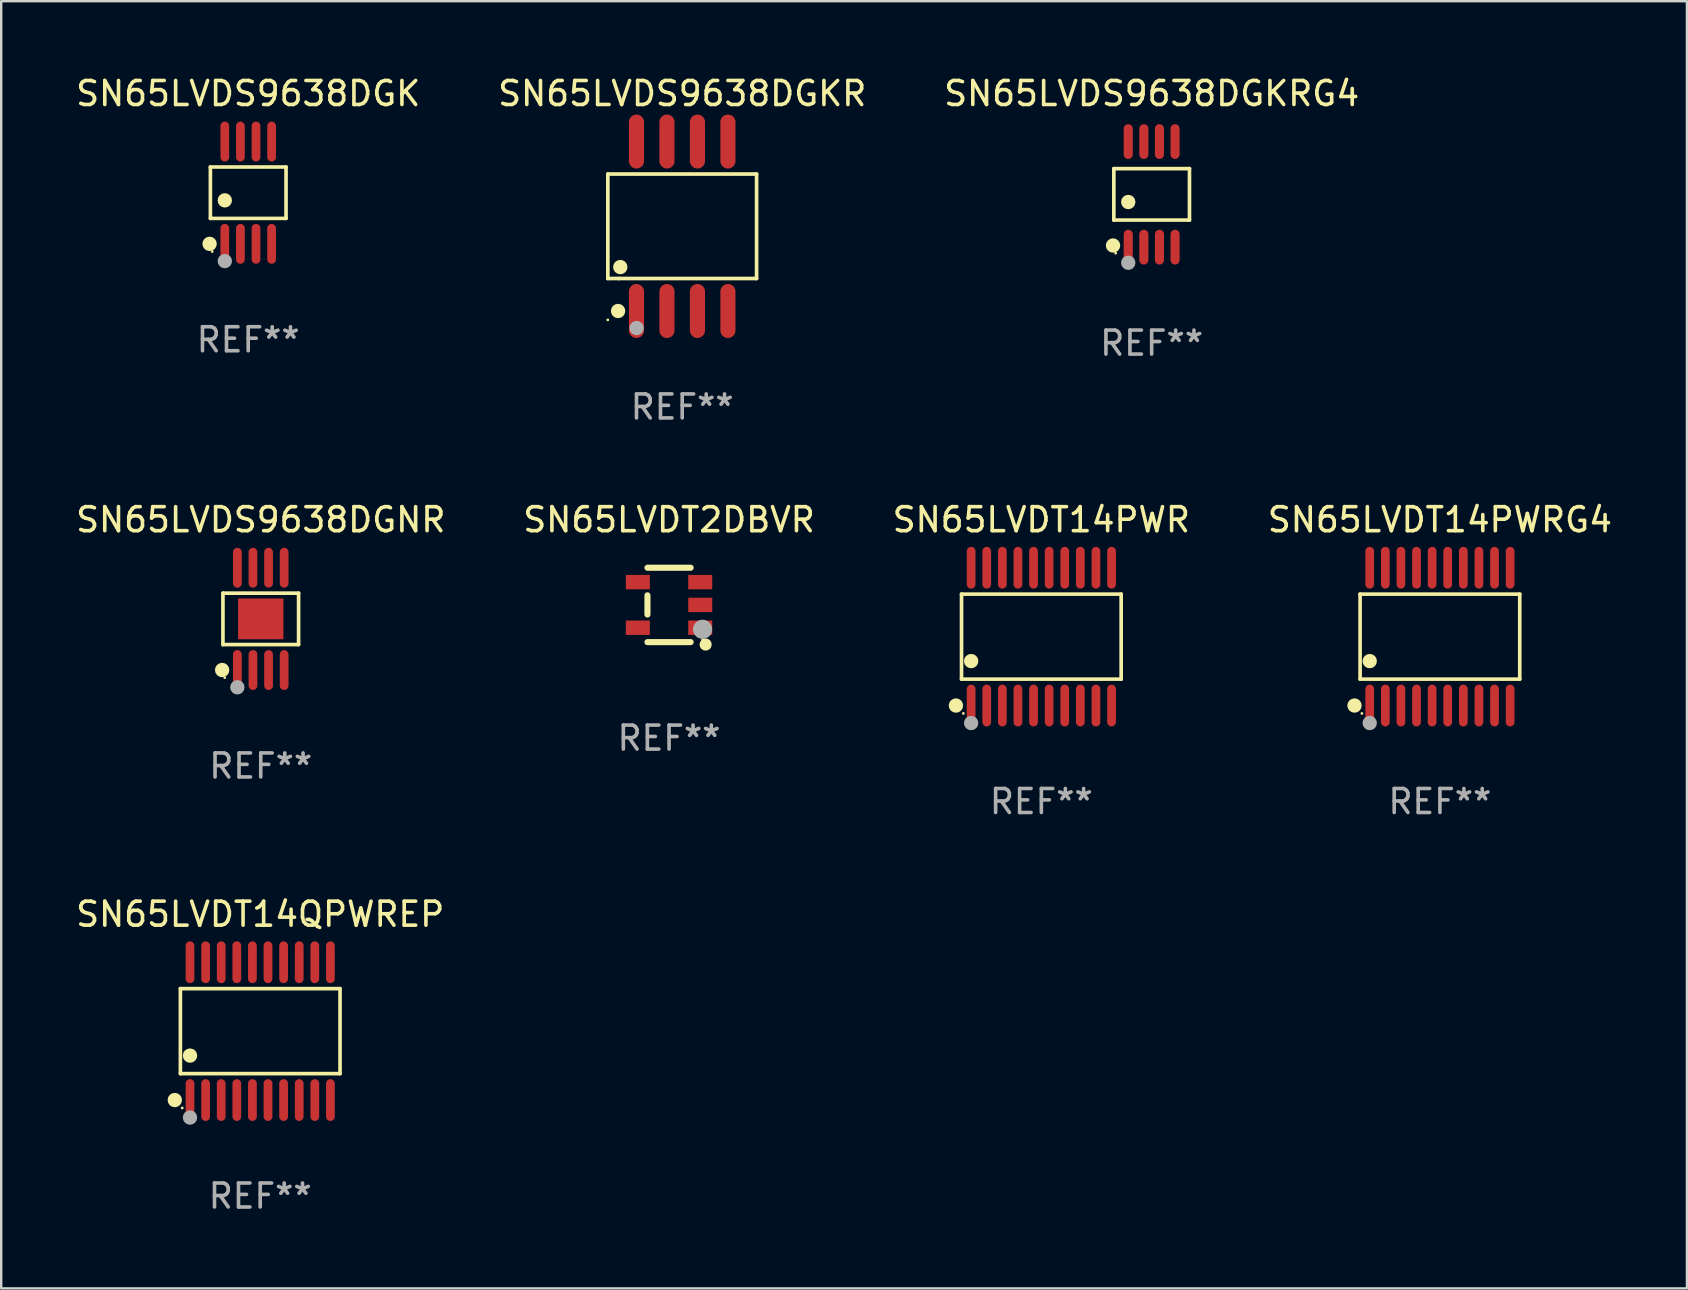
<source format=kicad_pcb>
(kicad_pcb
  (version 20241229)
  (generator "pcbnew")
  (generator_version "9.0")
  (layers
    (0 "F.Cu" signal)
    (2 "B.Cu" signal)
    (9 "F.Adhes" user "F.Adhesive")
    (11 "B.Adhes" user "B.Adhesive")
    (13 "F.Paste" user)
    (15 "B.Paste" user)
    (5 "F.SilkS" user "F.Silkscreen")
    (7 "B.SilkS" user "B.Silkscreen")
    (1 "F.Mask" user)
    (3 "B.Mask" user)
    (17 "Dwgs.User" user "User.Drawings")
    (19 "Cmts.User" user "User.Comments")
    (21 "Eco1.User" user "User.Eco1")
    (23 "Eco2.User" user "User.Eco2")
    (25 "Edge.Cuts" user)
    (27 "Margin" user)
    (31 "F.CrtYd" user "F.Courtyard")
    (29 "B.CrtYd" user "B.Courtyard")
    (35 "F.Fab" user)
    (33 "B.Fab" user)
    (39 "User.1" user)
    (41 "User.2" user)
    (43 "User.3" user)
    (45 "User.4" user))
  (footprint "SN65LVDT14PWRG4"
    (layer "F.Cu")
    (at 56.946 23.476)
    (property "Reference" "SN65LVDT14PWRG4" (at 0 -4.871 0) (layer "F.SilkS") (effects (font (size 1 1) (thickness 0.15))))
    (attr through_hole)
    (fp_line (start -3.326 -1.771) (end 3.326 -1.771) (stroke (width 0.152) (type solid)) (layer "F.SilkS"))
    (fp_line (start -3.326 1.771) (end -3.326 -1.771) (stroke (width 0.152) (type solid)) (layer "F.SilkS"))
    (fp_line (start 3.326 -1.771) (end 3.326 1.771) (stroke (width 0.152) (type solid)) (layer "F.SilkS"))
    (fp_line (start 3.326 1.771) (end -3.326 1.771) (stroke (width 0.152) (type solid)) (layer "F.SilkS"))
    (fp_circle (center -3.559 2.871) (end -3.409 2.871) (stroke (width 0.3) (type solid)) (fill no) (layer "F.SilkS"))
    (fp_circle (center -3.25 3.2) (end -3.22 3.2) (stroke (width 0.06) (type solid)) (fill no) (layer "F.SilkS"))
    (fp_circle (center -2.925 1.019) (end -2.775 1.019) (stroke (width 0.3) (type solid)) (fill no) (layer "F.SilkS"))
    (fp_circle (center -2.925 3.6) (end -2.775 3.6) (stroke (width 0.3) (type solid)) (fill no) (layer "F.Fab"))
    (fp_text user "REF**" (at 0 6.871 0) (layer "F.Fab") (effects (font (size 1 1) (thickness 0.15))))
    (pad "1" smd oval (at -2.925 2.871) (size 0.364 1.742) (layers "F.Cu" "F.Mask" "F.Paste"))
    (pad "2" smd oval (at -2.275 2.871) (size 0.364 1.742) (layers "F.Cu" "F.Mask" "F.Paste"))
    (pad "3" smd oval (at -1.625 2.871) (size 0.364 1.742) (layers "F.Cu" "F.Mask" "F.Paste"))
    (pad "4" smd oval (at -0.975 2.871) (size 0.364 1.742) (layers "F.Cu" "F.Mask" "F.Paste"))
    (pad "5" smd oval (at -0.325 2.871) (size 0.364 1.742) (layers "F.Cu" "F.Mask" "F.Paste"))
    (pad "6" smd oval (at 0.325 2.871) (size 0.364 1.742) (layers "F.Cu" "F.Mask" "F.Paste"))
    (pad "7" smd oval (at 0.975 2.871) (size 0.364 1.742) (layers "F.Cu" "F.Mask" "F.Paste"))
    (pad "8" smd oval (at 1.625 2.871) (size 0.364 1.742) (layers "F.Cu" "F.Mask" "F.Paste"))
    (pad "9" smd oval (at 2.275 2.871) (size 0.364 1.742) (layers "F.Cu" "F.Mask" "F.Paste"))
    (pad "10" smd oval (at 2.925 2.871) (size 0.364 1.742) (layers "F.Cu" "F.Mask" "F.Paste"))
    (pad "11" smd oval (at 2.925 -2.871) (size 0.364 1.742) (layers "F.Cu" "F.Mask" "F.Paste"))
    (pad "12" smd oval (at 2.275 -2.871) (size 0.364 1.742) (layers "F.Cu" "F.Mask" "F.Paste"))
    (pad "13" smd oval (at 1.625 -2.871) (size 0.364 1.742) (layers "F.Cu" "F.Mask" "F.Paste"))
    (pad "14" smd oval (at 0.975 -2.871) (size 0.364 1.742) (layers "F.Cu" "F.Mask" "F.Paste"))
    (pad "15" smd oval (at 0.325 -2.871) (size 0.364 1.742) (layers "F.Cu" "F.Mask" "F.Paste"))
    (pad "16" smd oval (at -0.325 -2.871) (size 0.364 1.742) (layers "F.Cu" "F.Mask" "F.Paste"))
    (pad "17" smd oval (at -0.975 -2.871) (size 0.364 1.742) (layers "F.Cu" "F.Mask" "F.Paste"))
    (pad "18" smd oval (at -1.625 -2.871) (size 0.364 1.742) (layers "F.Cu" "F.Mask" "F.Paste"))
    (pad "19" smd oval (at -2.275 -2.871) (size 0.364 1.742) (layers "F.Cu" "F.Mask" "F.Paste"))
    (pad "20" smd oval (at -2.925 -2.871) (size 0.364 1.742) (layers "F.Cu" "F.Mask" "F.Paste")))
  (footprint "SN65LVDS9638DGKR"
    (layer "F.Cu")
    (at 25.375 6.378)
    (property "Reference" "SN65LVDS9638DGKR" (at 0 -5.53 0) (layer "F.SilkS") (effects (font (size 1 1) (thickness 0.15))))
    (attr through_hole)
    (fp_line (start -3.099 -2.177) (end 3.099 -2.177) (stroke (width 0.152) (type solid)) (layer "F.SilkS"))
    (fp_line (start -3.099 2.177) (end -3.099 -2.177) (stroke (width 0.152) (type solid)) (layer "F.SilkS"))
    (fp_line (start -2.639 2.177) (end -3.099 2.177) (stroke (width 0.152) (type solid)) (layer "F.SilkS"))
    (fp_line (start 3.099 -2.177) (end 3.099 2.177) (stroke (width 0.152) (type solid)) (layer "F.SilkS"))
    (fp_line (start 3.099 2.177) (end -2.639 2.177) (stroke (width 0.152) (type solid)) (layer "F.SilkS"))
    (fp_circle (center -3.1 3.9) (end -3.07 3.9) (stroke (width 0.06) (type solid)) (fill no) (layer "F.SilkS"))
    (fp_circle (center -2.672 3.53) (end -2.522 3.53) (stroke (width 0.3) (type solid)) (fill no) (layer "F.SilkS"))
    (fp_circle (center -2.58 1.7) (end -2.43 1.7) (stroke (width 0.3) (type solid)) (fill no) (layer "F.SilkS"))
    (fp_circle (center -1.9 4.24) (end -1.75 4.24) (stroke (width 0.3) (type solid)) (fill no) (layer "F.Fab"))
    (fp_text user "REF**" (at 0 7.53 0) (layer "F.Fab") (effects (font (size 1 1) (thickness 0.15))))
    (pad "1" smd oval (at -1.905 3.53) (size 0.63 2.25) (layers "F.Cu" "F.Mask" "F.Paste"))
    (pad "2" smd oval (at -0.635 3.53) (size 0.63 2.25) (layers "F.Cu" "F.Mask" "F.Paste"))
    (pad "3" smd oval (at 0.635 3.53) (size 0.63 2.25) (layers "F.Cu" "F.Mask" "F.Paste"))
    (pad "4" smd oval (at 1.905 3.53) (size 0.63 2.25) (layers "F.Cu" "F.Mask" "F.Paste"))
    (pad "5" smd oval (at 1.905 -3.53) (size 0.63 2.25) (layers "F.Cu" "F.Mask" "F.Paste"))
    (pad "6" smd oval (at 0.635 -3.53) (size 0.63 2.25) (layers "F.Cu" "F.Mask" "F.Paste"))
    (pad "7" smd oval (at -0.635 -3.53) (size 0.63 2.25) (layers "F.Cu" "F.Mask" "F.Paste"))
    (pad "8" smd oval (at -1.905 -3.53) (size 0.63 2.25) (layers "F.Cu" "F.Mask" "F.Paste")))
  (footprint "SN65LVDT14QPWREP"
    (layer "F.Cu")
    (at 7.792 39.914)
    (property "Reference" "SN65LVDT14QPWREP" (at 0 -4.871 0) (layer "F.SilkS") (effects (font (size 1 1) (thickness 0.15))))
    (attr through_hole)
    (fp_line (start -3.326 -1.771) (end 3.326 -1.771) (stroke (width 0.152) (type solid)) (layer "F.SilkS"))
    (fp_line (start -3.326 1.771) (end -3.326 -1.771) (stroke (width 0.152) (type solid)) (layer "F.SilkS"))
    (fp_line (start 3.326 -1.771) (end 3.326 1.771) (stroke (width 0.152) (type solid)) (layer "F.SilkS"))
    (fp_line (start 3.326 1.771) (end -3.326 1.771) (stroke (width 0.152) (type solid)) (layer "F.SilkS"))
    (fp_circle (center -3.559 2.871) (end -3.409 2.871) (stroke (width 0.3) (type solid)) (fill no) (layer "F.SilkS"))
    (fp_circle (center -3.25 3.2) (end -3.22 3.2) (stroke (width 0.06) (type solid)) (fill no) (layer "F.SilkS"))
    (fp_circle (center -2.925 1.019) (end -2.775 1.019) (stroke (width 0.3) (type solid)) (fill no) (layer "F.SilkS"))
    (fp_circle (center -2.925 3.6) (end -2.775 3.6) (stroke (width 0.3) (type solid)) (fill no) (layer "F.Fab"))
    (fp_text user "REF**" (at 0 6.871 0) (layer "F.Fab") (effects (font (size 1 1) (thickness 0.15))))
    (pad "1" smd oval (at -2.925 2.871) (size 0.364 1.742) (layers "F.Cu" "F.Mask" "F.Paste"))
    (pad "2" smd oval (at -2.275 2.871) (size 0.364 1.742) (layers "F.Cu" "F.Mask" "F.Paste"))
    (pad "3" smd oval (at -1.625 2.871) (size 0.364 1.742) (layers "F.Cu" "F.Mask" "F.Paste"))
    (pad "4" smd oval (at -0.975 2.871) (size 0.364 1.742) (layers "F.Cu" "F.Mask" "F.Paste"))
    (pad "5" smd oval (at -0.325 2.871) (size 0.364 1.742) (layers "F.Cu" "F.Mask" "F.Paste"))
    (pad "6" smd oval (at 0.325 2.871) (size 0.364 1.742) (layers "F.Cu" "F.Mask" "F.Paste"))
    (pad "7" smd oval (at 0.975 2.871) (size 0.364 1.742) (layers "F.Cu" "F.Mask" "F.Paste"))
    (pad "8" smd oval (at 1.625 2.871) (size 0.364 1.742) (layers "F.Cu" "F.Mask" "F.Paste"))
    (pad "9" smd oval (at 2.275 2.871) (size 0.364 1.742) (layers "F.Cu" "F.Mask" "F.Paste"))
    (pad "10" smd oval (at 2.925 2.871) (size 0.364 1.742) (layers "F.Cu" "F.Mask" "F.Paste"))
    (pad "11" smd oval (at 2.925 -2.871) (size 0.364 1.742) (layers "F.Cu" "F.Mask" "F.Paste"))
    (pad "12" smd oval (at 2.275 -2.871) (size 0.364 1.742) (layers "F.Cu" "F.Mask" "F.Paste"))
    (pad "13" smd oval (at 1.625 -2.871) (size 0.364 1.742) (layers "F.Cu" "F.Mask" "F.Paste"))
    (pad "14" smd oval (at 0.975 -2.871) (size 0.364 1.742) (layers "F.Cu" "F.Mask" "F.Paste"))
    (pad "15" smd oval (at 0.325 -2.871) (size 0.364 1.742) (layers "F.Cu" "F.Mask" "F.Paste"))
    (pad "16" smd oval (at -0.325 -2.871) (size 0.364 1.742) (layers "F.Cu" "F.Mask" "F.Paste"))
    (pad "17" smd oval (at -0.975 -2.871) (size 0.364 1.742) (layers "F.Cu" "F.Mask" "F.Paste"))
    (pad "18" smd oval (at -1.625 -2.871) (size 0.364 1.742) (layers "F.Cu" "F.Mask" "F.Paste"))
    (pad "19" smd oval (at -2.275 -2.871) (size 0.364 1.742) (layers "F.Cu" "F.Mask" "F.Paste"))
    (pad "20" smd oval (at -2.925 -2.871) (size 0.364 1.742) (layers "F.Cu" "F.Mask" "F.Paste")))
  (footprint "SN65LVDS9638DGKRG4"
    (layer "F.Cu")
    (at 44.935 5.048)
    (property "Reference" "SN65LVDS9638DGKRG4" (at 0 -4.2 0) (layer "F.SilkS") (effects (font (size 1 1) (thickness 0.15))))
    (attr through_hole)
    (fp_line (start -1.576 -1.071) (end 1.576 -1.071) (stroke (width 0.152) (type solid)) (layer "F.SilkS"))
    (fp_line (start -1.576 1.071) (end -1.576 -1.071) (stroke (width 0.152) (type solid)) (layer "F.SilkS"))
    (fp_line (start 1.576 -1.071) (end 1.576 1.071) (stroke (width 0.152) (type solid)) (layer "F.SilkS"))
    (fp_line (start 1.576 1.071) (end -1.576 1.071) (stroke (width 0.152) (type solid)) (layer "F.SilkS"))
    (fp_circle (center -1.609 2.131) (end -1.459 2.131) (stroke (width 0.3) (type solid)) (fill no) (layer "F.SilkS"))
    (fp_circle (center -1.5 2.45) (end -1.47 2.45) (stroke (width 0.06) (type solid)) (fill no) (layer "F.SilkS"))
    (fp_circle (center -0.975 0.319) (end -0.825 0.319) (stroke (width 0.3) (type solid)) (fill no) (layer "F.SilkS"))
    (fp_circle (center -0.975 2.85) (end -0.825 2.85) (stroke (width 0.3) (type solid)) (fill no) (layer "F.Fab"))
    (fp_text user "REF**" (at 0 6.2 0) (layer "F.Fab") (effects (font (size 1 1) (thickness 0.15))))
    (pad "1" smd oval (at -0.975 2.2) (size 0.38 1.45) (layers "F.Cu" "F.Mask" "F.Paste"))
    (pad "2" smd oval (at -0.325 2.2) (size 0.38 1.45) (layers "F.Cu" "F.Mask" "F.Paste"))
    (pad "3" smd oval (at 0.325 2.2) (size 0.38 1.45) (layers "F.Cu" "F.Mask" "F.Paste"))
    (pad "4" smd oval (at 0.975 2.2) (size 0.38 1.45) (layers "F.Cu" "F.Mask" "F.Paste"))
    (pad "5" smd oval (at 0.975 -2.2) (size 0.38 1.45) (layers "F.Cu" "F.Mask" "F.Paste"))
    (pad "6" smd oval (at 0.325 -2.2) (size 0.38 1.45) (layers "F.Cu" "F.Mask" "F.Paste"))
    (pad "7" smd oval (at -0.325 -2.2) (size 0.38 1.45) (layers "F.Cu" "F.Mask" "F.Paste"))
    (pad "8" smd oval (at -0.975 -2.2) (size 0.38 1.45) (layers "F.Cu" "F.Mask" "F.Paste")))
  (footprint "SN65LVDT2DBVR"
    (layer "F.Cu")
    (at 24.827 22.155)
    (property "Reference" "SN65LVDT2DBVR" (at 0 -3.55 0) (layer "F.SilkS") (effects (font (size 1 1) (thickness 0.15))))
    (attr through_hole)
    (fp_line (start -0.9 -1.55) (end 0.9 -1.55) (stroke (width 0.254) (type solid)) (layer "F.SilkS"))
    (fp_line (start -0.9 0.4) (end -0.9 -0.4) (stroke (width 0.254) (type solid)) (layer "F.SilkS"))
    (fp_line (start -0.9 1.55) (end 0.9 1.55) (stroke (width 0.254) (type solid)) (layer "F.SilkS"))
    (fp_circle (center 1.4 1.45) (end 1.43 1.45) (stroke (width 0.06) (type solid)) (fill no) (layer "F.SilkS"))
    (fp_circle (center 1.524 1.651) (end 1.651 1.651) (stroke (width 0.254) (type solid)) (fill no) (layer "F.SilkS"))
    (fp_circle (center 1.397 1.016) (end 1.597 1.016) (stroke (width 0.4) (type solid)) (fill no) (layer "F.Fab"))
    (fp_text user "REF**" (at 0 5.55 0) (layer "F.Fab") (effects (font (size 1 1) (thickness 0.15))))
    (pad "1" smd rect (at 1.3 0.95) (size 1 0.6) (layers "F.Cu" "F.Mask" "F.Paste"))
    (pad "2" smd rect (at 1.3 -0.000051) (size 1 0.6) (layers "F.Cu" "F.Mask" "F.Paste"))
    (pad "3" smd rect (at 1.3 -0.95) (size 1 0.6) (layers "F.Cu" "F.Mask" "F.Paste"))
    (pad "4" smd rect (at -1.3 -0.95) (size 1 0.6) (layers "F.Cu" "F.Mask" "F.Paste"))
    (pad "5" smd rect (at -1.3 0.95) (size 1 0.6) (layers "F.Cu" "F.Mask" "F.Paste")))
  (footprint "SN65LVDT14PWR"
    (layer "F.Cu")
    (at 40.339 23.476)
    (property "Reference" "SN65LVDT14PWR" (at 0 -4.871 0) (layer "F.SilkS") (effects (font (size 1 1) (thickness 0.15))))
    (attr through_hole)
    (fp_line (start -3.326 -1.771) (end 3.326 -1.771) (stroke (width 0.152) (type solid)) (layer "F.SilkS"))
    (fp_line (start -3.326 1.771) (end -3.326 -1.771) (stroke (width 0.152) (type solid)) (layer "F.SilkS"))
    (fp_line (start 3.326 -1.771) (end 3.326 1.771) (stroke (width 0.152) (type solid)) (layer "F.SilkS"))
    (fp_line (start 3.326 1.771) (end -3.326 1.771) (stroke (width 0.152) (type solid)) (layer "F.SilkS"))
    (fp_circle (center -3.559 2.871) (end -3.409 2.871) (stroke (width 0.3) (type solid)) (fill no) (layer "F.SilkS"))
    (fp_circle (center -3.25 3.2) (end -3.22 3.2) (stroke (width 0.06) (type solid)) (fill no) (layer "F.SilkS"))
    (fp_circle (center -2.925 1.019) (end -2.775 1.019) (stroke (width 0.3) (type solid)) (fill no) (layer "F.SilkS"))
    (fp_circle (center -2.925 3.6) (end -2.775 3.6) (stroke (width 0.3) (type solid)) (fill no) (layer "F.Fab"))
    (fp_text user "REF**" (at 0 6.871 0) (layer "F.Fab") (effects (font (size 1 1) (thickness 0.15))))
    (pad "1" smd oval (at -2.925 2.871) (size 0.364 1.742) (layers "F.Cu" "F.Mask" "F.Paste"))
    (pad "2" smd oval (at -2.275 2.871) (size 0.364 1.742) (layers "F.Cu" "F.Mask" "F.Paste"))
    (pad "3" smd oval (at -1.625 2.871) (size 0.364 1.742) (layers "F.Cu" "F.Mask" "F.Paste"))
    (pad "4" smd oval (at -0.975 2.871) (size 0.364 1.742) (layers "F.Cu" "F.Mask" "F.Paste"))
    (pad "5" smd oval (at -0.325 2.871) (size 0.364 1.742) (layers "F.Cu" "F.Mask" "F.Paste"))
    (pad "6" smd oval (at 0.325 2.871) (size 0.364 1.742) (layers "F.Cu" "F.Mask" "F.Paste"))
    (pad "7" smd oval (at 0.975 2.871) (size 0.364 1.742) (layers "F.Cu" "F.Mask" "F.Paste"))
    (pad "8" smd oval (at 1.625 2.871) (size 0.364 1.742) (layers "F.Cu" "F.Mask" "F.Paste"))
    (pad "9" smd oval (at 2.275 2.871) (size 0.364 1.742) (layers "F.Cu" "F.Mask" "F.Paste"))
    (pad "10" smd oval (at 2.925 2.871) (size 0.364 1.742) (layers "F.Cu" "F.Mask" "F.Paste"))
    (pad "11" smd oval (at 2.925 -2.871) (size 0.364 1.742) (layers "F.Cu" "F.Mask" "F.Paste"))
    (pad "12" smd oval (at 2.275 -2.871) (size 0.364 1.742) (layers "F.Cu" "F.Mask" "F.Paste"))
    (pad "13" smd oval (at 1.625 -2.871) (size 0.364 1.742) (layers "F.Cu" "F.Mask" "F.Paste"))
    (pad "14" smd oval (at 0.975 -2.871) (size 0.364 1.742) (layers "F.Cu" "F.Mask" "F.Paste"))
    (pad "15" smd oval (at 0.325 -2.871) (size 0.364 1.742) (layers "F.Cu" "F.Mask" "F.Paste"))
    (pad "16" smd oval (at -0.325 -2.871) (size 0.364 1.742) (layers "F.Cu" "F.Mask" "F.Paste"))
    (pad "17" smd oval (at -0.975 -2.871) (size 0.364 1.742) (layers "F.Cu" "F.Mask" "F.Paste"))
    (pad "18" smd oval (at -1.625 -2.871) (size 0.364 1.742) (layers "F.Cu" "F.Mask" "F.Paste"))
    (pad "19" smd oval (at -2.275 -2.871) (size 0.364 1.742) (layers "F.Cu" "F.Mask" "F.Paste"))
    (pad "20" smd oval (at -2.925 -2.871) (size 0.364 1.742) (layers "F.Cu" "F.Mask" "F.Paste")))
  (footprint "SN65LVDS9638DGK"
    (layer "F.Cu")
    (at 7.292 4.979)
    (property "Reference" "SN65LVDS9638DGK" (at 0 -4.131 0) (layer "F.SilkS") (effects (font (size 1 1) (thickness 0.15))))
    (attr through_hole)
    (fp_line (start -1.576 -1.071) (end 1.576 -1.071) (stroke (width 0.152) (type solid)) (layer "F.SilkS"))
    (fp_line (start -1.576 1.071) (end -1.576 -1.071) (stroke (width 0.152) (type solid)) (layer "F.SilkS"))
    (fp_line (start 1.576 -1.071) (end 1.576 1.071) (stroke (width 0.152) (type solid)) (layer "F.SilkS"))
    (fp_line (start 1.576 1.071) (end -1.576 1.071) (stroke (width 0.152) (type solid)) (layer "F.SilkS"))
    (fp_circle (center -1.609 2.131) (end -1.459 2.131) (stroke (width 0.3) (type solid)) (fill no) (layer "F.SilkS"))
    (fp_circle (center -1.5 2.45) (end -1.47 2.45) (stroke (width 0.06) (type solid)) (fill no) (layer "F.SilkS"))
    (fp_circle (center -0.975 0.319) (end -0.825 0.319) (stroke (width 0.3) (type solid)) (fill no) (layer "F.SilkS"))
    (fp_circle (center -0.975 2.85) (end -0.825 2.85) (stroke (width 0.3) (type solid)) (fill no) (layer "F.Fab"))
    (fp_text user "REF**" (at 0 6.131 0) (layer "F.Fab") (effects (font (size 1 1) (thickness 0.15))))
    (pad "1" smd oval (at -0.975 2.131) (size 0.364 1.662) (layers "F.Cu" "F.Mask" "F.Paste"))
    (pad "2" smd oval (at -0.325 2.131) (size 0.364 1.662) (layers "F.Cu" "F.Mask" "F.Paste"))
    (pad "3" smd oval (at 0.325 2.131) (size 0.364 1.662) (layers "F.Cu" "F.Mask" "F.Paste"))
    (pad "4" smd oval (at 0.975 2.131) (size 0.364 1.662) (layers "F.Cu" "F.Mask" "F.Paste"))
    (pad "5" smd oval (at 0.975 -2.131) (size 0.364 1.662) (layers "F.Cu" "F.Mask" "F.Paste"))
    (pad "6" smd oval (at 0.325 -2.131) (size 0.364 1.662) (layers "F.Cu" "F.Mask" "F.Paste"))
    (pad "7" smd oval (at -0.325 -2.131) (size 0.364 1.662) (layers "F.Cu" "F.Mask" "F.Paste"))
    (pad "8" smd oval (at -0.975 -2.131) (size 0.364 1.662) (layers "F.Cu" "F.Mask" "F.Paste")))
  (footprint "SN65LVDS9638DGNR"
    (layer "F.Cu")
    (at 7.815 22.736)
    (property "Reference" "SN65LVDS9638DGNR" (at 0 -4.131 0) (layer "F.SilkS") (effects (font (size 1 1) (thickness 0.15))))
    (attr through_hole)
    (fp_line (start -1.576 -1.071) (end 1.576 -1.071) (stroke (width 0.152) (type solid)) (layer "F.SilkS"))
    (fp_line (start -1.576 1.071) (end -1.576 -1.071) (stroke (width 0.152) (type solid)) (layer "F.SilkS"))
    (fp_line (start 1.576 -1.071) (end 1.576 1.071) (stroke (width 0.152) (type solid)) (layer "F.SilkS"))
    (fp_line (start 1.576 1.071) (end -1.576 1.071) (stroke (width 0.152) (type solid)) (layer "F.SilkS"))
    (fp_circle (center -1.609 2.131) (end -1.459 2.131) (stroke (width 0.3) (type solid)) (fill no) (layer "F.SilkS"))
    (fp_circle (center -1.5 2.45) (end -1.47 2.45) (stroke (width 0.06) (type solid)) (fill no) (layer "F.SilkS"))
    (fp_circle (center -0.975 2.85) (end -0.825 2.85) (stroke (width 0.3) (type solid)) (fill no) (layer "F.Fab"))
    (fp_text user "REF**" (at 0 6.131 0) (layer "F.Fab") (effects (font (size 1 1) (thickness 0.15))))
    (pad "1" smd oval (at -0.975 2.131) (size 0.364 1.662) (layers "F.Cu" "F.Mask" "F.Paste"))
    (pad "2" smd oval (at -0.325 2.131) (size 0.364 1.662) (layers "F.Cu" "F.Mask" "F.Paste"))
    (pad "3" smd oval (at 0.325 2.131) (size 0.364 1.662) (layers "F.Cu" "F.Mask" "F.Paste"))
    (pad "4" smd oval (at 0.975 2.131) (size 0.364 1.662) (layers "F.Cu" "F.Mask" "F.Paste"))
    (pad "5" smd oval (at 0.975 -2.131) (size 0.364 1.662) (layers "F.Cu" "F.Mask" "F.Paste"))
    (pad "6" smd oval (at 0.325 -2.131) (size 0.364 1.662) (layers "F.Cu" "F.Mask" "F.Paste"))
    (pad "7" smd oval (at -0.325 -2.131) (size 0.364 1.662) (layers "F.Cu" "F.Mask" "F.Paste"))
    (pad "8" smd oval (at -0.975 -2.131) (size 0.364 1.662) (layers "F.Cu" "F.Mask" "F.Paste"))
    (pad "9" smd rect (at 0 0) (size 1.89 1.7) (layers "F.Cu" "F.Mask" "F.Paste")))
  (gr_rect
    (start -3 -3)
    (end 67.238 50.634)
    (stroke (width 0.1) (type default))
    (fill no)
    (layer "Edge.Cuts")))
</source>
